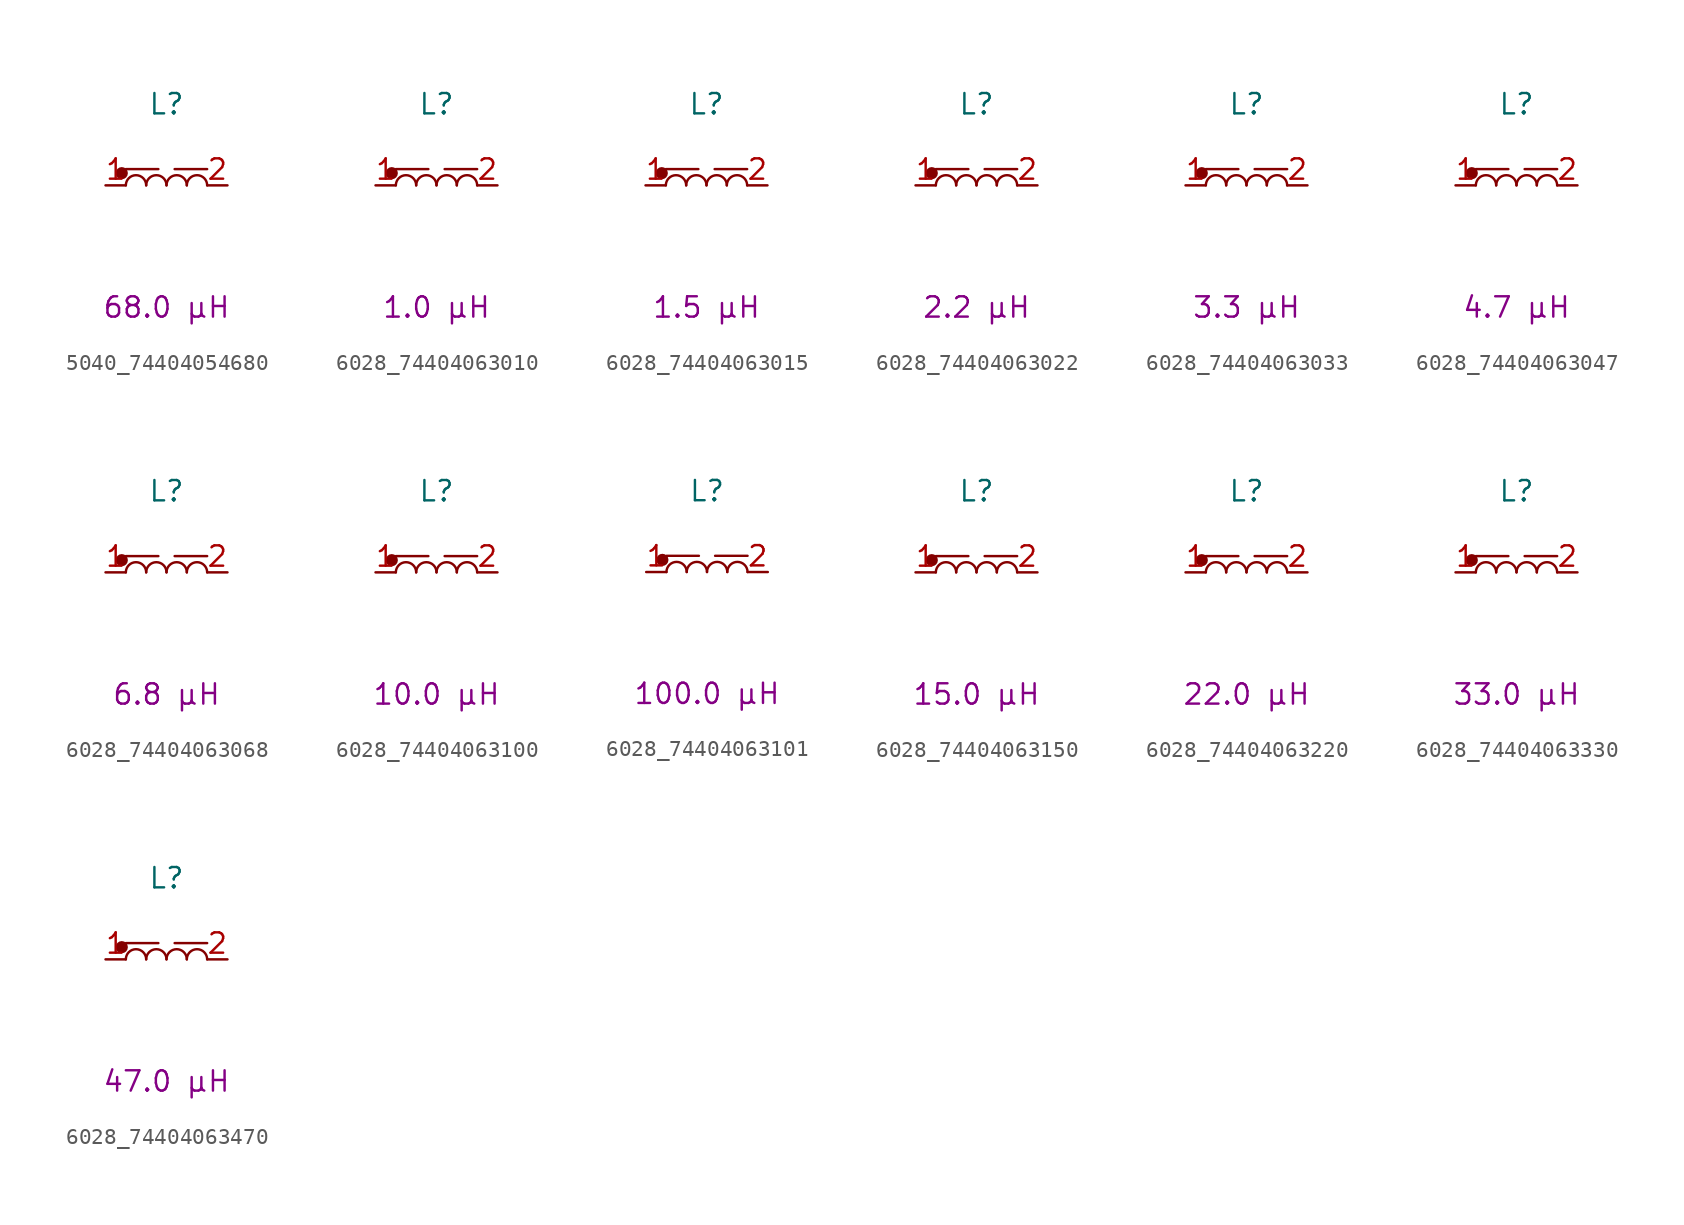
<source format=kicad_sym>
(kicad_symbol_lib
  (version 20220914)
  (generator kicad_symbol_editor)
  (symbol "5040_74404054680"
    (pin_names hide)
    (property "Reference" "L"
      (at 0 5.08 0)
      (effects (font (size 1.27 1.27))))
    (property "Critical Parameter" "68.0 µH"
      (at 0 -7.62 0)
      (effects (font (size 1.27 1.27))))
    (symbol "5040_74404054680_0_1"
      (arc (start -1.27 0) (mid -1.905 0.6323) (end -2.54 0) (stroke (width 0) (type default)) (fill (type none)))
      (arc (start 0 0) (mid -0.635 0.6323) (end -1.27 0) (stroke (width 0) (type default)) (fill (type none)))
      (polyline (pts (xy -2.54 1.016) (xy -0.508 1.016)) (stroke (width 0) (type default)) (fill (type none)))
      (arc (start 1.27 0) (mid 0.635 0.6323) (end 0 0) (stroke (width 0) (type default)) (fill (type none)))
      (arc (start 2.54 0) (mid 1.905 0.6323) (end 1.27 0) (stroke (width 0) (type default)) (fill (type none))))
    (symbol "5040_74404054680_1_1"
      (circle (center -2.794 0.762) (radius 0.0001) (stroke (width 0.381) (type default)) (fill (type none)))
      (polyline (pts (xy 2.54 1.016) (xy 0.508 1.016)) (stroke (width 0) (type default)) (fill (type none)))
      (pin passive line (at -3.81 0 0) (length 1.27) (name "1" (effects (font (size 1.27 1.27)))) (number "1" (effects (font (size 1.27 1.27)))))
      (pin passive line (at 3.81 0 180) (length 1.27) (name "2" (effects (font (size 1.27 1.27)))) (number "2" (effects (font (size 1.27 1.27)))))))
  (symbol "6028_74404063010"
    (pin_names hide)
    (property "Reference" "L"
      (at 0 5.08 0)
      (effects (font (size 1.27 1.27))))
    (property "Critical Parameter" "1.0 µH"
      (at 0 -7.62 0)
      (effects (font (size 1.27 1.27))))
    (symbol "6028_74404063010_0_1"
      (arc (start -1.27 0) (mid -1.905 0.6323) (end -2.54 0) (stroke (width 0) (type default)) (fill (type none)))
      (arc (start 0 0) (mid -0.635 0.6323) (end -1.27 0) (stroke (width 0) (type default)) (fill (type none)))
      (polyline (pts (xy -2.54 1.016) (xy -0.508 1.016)) (stroke (width 0) (type default)) (fill (type none)))
      (arc (start 1.27 0) (mid 0.635 0.6323) (end 0 0) (stroke (width 0) (type default)) (fill (type none)))
      (arc (start 2.54 0) (mid 1.905 0.6323) (end 1.27 0) (stroke (width 0) (type default)) (fill (type none))))
    (symbol "6028_74404063010_1_1"
      (circle (center -2.794 0.762) (radius 0.0001) (stroke (width 0.381) (type default)) (fill (type none)))
      (polyline (pts (xy 2.54 1.016) (xy 0.508 1.016)) (stroke (width 0) (type default)) (fill (type none)))
      (pin passive line (at -3.81 0 0) (length 1.27) (name "1" (effects (font (size 1.27 1.27)))) (number "1" (effects (font (size 1.27 1.27)))))
      (pin passive line (at 3.81 0 180) (length 1.27) (name "2" (effects (font (size 1.27 1.27)))) (number "2" (effects (font (size 1.27 1.27)))))))
  (symbol "6028_74404063015"
    (pin_names hide)
    (property "Reference" "L"
      (at 0 5.08 0)
      (effects (font (size 1.27 1.27))))
    (property "Critical Parameter" "1.5 µH"
      (at 0 -7.62 0)
      (effects (font (size 1.27 1.27))))
    (symbol "6028_74404063015_0_1"
      (arc (start -1.27 0) (mid -1.905 0.6323) (end -2.54 0) (stroke (width 0) (type default)) (fill (type none)))
      (arc (start 0 0) (mid -0.635 0.6323) (end -1.27 0) (stroke (width 0) (type default)) (fill (type none)))
      (polyline (pts (xy -2.54 1.016) (xy -0.508 1.016)) (stroke (width 0) (type default)) (fill (type none)))
      (arc (start 1.27 0) (mid 0.635 0.6323) (end 0 0) (stroke (width 0) (type default)) (fill (type none)))
      (arc (start 2.54 0) (mid 1.905 0.6323) (end 1.27 0) (stroke (width 0) (type default)) (fill (type none))))
    (symbol "6028_74404063015_1_1"
      (circle (center -2.794 0.762) (radius 0.0001) (stroke (width 0.381) (type default)) (fill (type none)))
      (polyline (pts (xy 2.54 1.016) (xy 0.508 1.016)) (stroke (width 0) (type default)) (fill (type none)))
      (pin passive line (at -3.81 0 0) (length 1.27) (name "1" (effects (font (size 1.27 1.27)))) (number "1" (effects (font (size 1.27 1.27)))))
      (pin passive line (at 3.81 0 180) (length 1.27) (name "2" (effects (font (size 1.27 1.27)))) (number "2" (effects (font (size 1.27 1.27)))))))
  (symbol "6028_74404063022"
    (pin_names hide)
    (property "Reference" "L"
      (at 0 5.08 0)
      (effects (font (size 1.27 1.27))))
    (property "Critical Parameter" "2.2 µH"
      (at 0 -7.62 0)
      (effects (font (size 1.27 1.27))))
    (symbol "6028_74404063022_0_1"
      (arc (start -1.27 0) (mid -1.905 0.6323) (end -2.54 0) (stroke (width 0) (type default)) (fill (type none)))
      (arc (start 0 0) (mid -0.635 0.6323) (end -1.27 0) (stroke (width 0) (type default)) (fill (type none)))
      (polyline (pts (xy -2.54 1.016) (xy -0.508 1.016)) (stroke (width 0) (type default)) (fill (type none)))
      (arc (start 1.27 0) (mid 0.635 0.6323) (end 0 0) (stroke (width 0) (type default)) (fill (type none)))
      (arc (start 2.54 0) (mid 1.905 0.6323) (end 1.27 0) (stroke (width 0) (type default)) (fill (type none))))
    (symbol "6028_74404063022_1_1"
      (circle (center -2.794 0.762) (radius 0.0001) (stroke (width 0.381) (type default)) (fill (type none)))
      (polyline (pts (xy 2.54 1.016) (xy 0.508 1.016)) (stroke (width 0) (type default)) (fill (type none)))
      (pin passive line (at -3.81 0 0) (length 1.27) (name "1" (effects (font (size 1.27 1.27)))) (number "1" (effects (font (size 1.27 1.27)))))
      (pin passive line (at 3.81 0 180) (length 1.27) (name "2" (effects (font (size 1.27 1.27)))) (number "2" (effects (font (size 1.27 1.27)))))))
  (symbol "6028_74404063033"
    (pin_names hide)
    (property "Reference" "L"
      (at 0 5.08 0)
      (effects (font (size 1.27 1.27))))
    (property "Critical Parameter" "3.3 µH"
      (at 0 -7.62 0)
      (effects (font (size 1.27 1.27))))
    (symbol "6028_74404063033_0_1"
      (arc (start -1.27 0) (mid -1.905 0.6323) (end -2.54 0) (stroke (width 0) (type default)) (fill (type none)))
      (arc (start 0 0) (mid -0.635 0.6323) (end -1.27 0) (stroke (width 0) (type default)) (fill (type none)))
      (polyline (pts (xy -2.54 1.016) (xy -0.508 1.016)) (stroke (width 0) (type default)) (fill (type none)))
      (arc (start 1.27 0) (mid 0.635 0.6323) (end 0 0) (stroke (width 0) (type default)) (fill (type none)))
      (arc (start 2.54 0) (mid 1.905 0.6323) (end 1.27 0) (stroke (width 0) (type default)) (fill (type none))))
    (symbol "6028_74404063033_1_1"
      (circle (center -2.794 0.762) (radius 0.0001) (stroke (width 0.381) (type default)) (fill (type none)))
      (polyline (pts (xy 2.54 1.016) (xy 0.508 1.016)) (stroke (width 0) (type default)) (fill (type none)))
      (pin passive line (at -3.81 0 0) (length 1.27) (name "1" (effects (font (size 1.27 1.27)))) (number "1" (effects (font (size 1.27 1.27)))))
      (pin passive line (at 3.81 0 180) (length 1.27) (name "2" (effects (font (size 1.27 1.27)))) (number "2" (effects (font (size 1.27 1.27)))))))
  (symbol "6028_74404063047"
    (pin_names hide)
    (property "Reference" "L"
      (at 0 5.08 0)
      (effects (font (size 1.27 1.27))))
    (property "Critical Parameter" "4.7 µH"
      (at 0 -7.62 0)
      (effects (font (size 1.27 1.27))))
    (symbol "6028_74404063047_0_1"
      (arc (start -1.27 0) (mid -1.905 0.6323) (end -2.54 0) (stroke (width 0) (type default)) (fill (type none)))
      (arc (start 0 0) (mid -0.635 0.6323) (end -1.27 0) (stroke (width 0) (type default)) (fill (type none)))
      (polyline (pts (xy -2.54 1.016) (xy -0.508 1.016)) (stroke (width 0) (type default)) (fill (type none)))
      (arc (start 1.27 0) (mid 0.635 0.6323) (end 0 0) (stroke (width 0) (type default)) (fill (type none)))
      (arc (start 2.54 0) (mid 1.905 0.6323) (end 1.27 0) (stroke (width 0) (type default)) (fill (type none))))
    (symbol "6028_74404063047_1_1"
      (circle (center -2.794 0.762) (radius 0.0001) (stroke (width 0.381) (type default)) (fill (type none)))
      (polyline (pts (xy 2.54 1.016) (xy 0.508 1.016)) (stroke (width 0) (type default)) (fill (type none)))
      (pin passive line (at -3.81 0 0) (length 1.27) (name "1" (effects (font (size 1.27 1.27)))) (number "1" (effects (font (size 1.27 1.27)))))
      (pin passive line (at 3.81 0 180) (length 1.27) (name "2" (effects (font (size 1.27 1.27)))) (number "2" (effects (font (size 1.27 1.27)))))))
  (symbol "6028_74404063068"
    (pin_names hide)
    (property "Reference" "L"
      (at 0 5.08 0)
      (effects (font (size 1.27 1.27))))
    (property "Critical Parameter" "6.8 µH"
      (at 0 -7.62 0)
      (effects (font (size 1.27 1.27))))
    (symbol "6028_74404063068_0_1"
      (arc (start -1.27 0) (mid -1.905 0.6323) (end -2.54 0) (stroke (width 0) (type default)) (fill (type none)))
      (arc (start 0 0) (mid -0.635 0.6323) (end -1.27 0) (stroke (width 0) (type default)) (fill (type none)))
      (polyline (pts (xy -2.54 1.016) (xy -0.508 1.016)) (stroke (width 0) (type default)) (fill (type none)))
      (arc (start 1.27 0) (mid 0.635 0.6323) (end 0 0) (stroke (width 0) (type default)) (fill (type none)))
      (arc (start 2.54 0) (mid 1.905 0.6323) (end 1.27 0) (stroke (width 0) (type default)) (fill (type none))))
    (symbol "6028_74404063068_1_1"
      (circle (center -2.794 0.762) (radius 0.0001) (stroke (width 0.381) (type default)) (fill (type none)))
      (polyline (pts (xy 2.54 1.016) (xy 0.508 1.016)) (stroke (width 0) (type default)) (fill (type none)))
      (pin passive line (at -3.81 0 0) (length 1.27) (name "1" (effects (font (size 1.27 1.27)))) (number "1" (effects (font (size 1.27 1.27)))))
      (pin passive line (at 3.81 0 180) (length 1.27) (name "2" (effects (font (size 1.27 1.27)))) (number "2" (effects (font (size 1.27 1.27)))))))
  (symbol "6028_74404063100"
    (pin_names hide)
    (property "Reference" "L"
      (at 0 5.08 0)
      (effects (font (size 1.27 1.27))))
    (property "Critical Parameter" "10.0 µH"
      (at 0 -7.62 0)
      (effects (font (size 1.27 1.27))))
    (symbol "6028_74404063100_0_1"
      (arc (start -1.27 0) (mid -1.905 0.6323) (end -2.54 0) (stroke (width 0) (type default)) (fill (type none)))
      (arc (start 0 0) (mid -0.635 0.6323) (end -1.27 0) (stroke (width 0) (type default)) (fill (type none)))
      (polyline (pts (xy -2.54 1.016) (xy -0.508 1.016)) (stroke (width 0) (type default)) (fill (type none)))
      (arc (start 1.27 0) (mid 0.635 0.6323) (end 0 0) (stroke (width 0) (type default)) (fill (type none)))
      (arc (start 2.54 0) (mid 1.905 0.6323) (end 1.27 0) (stroke (width 0) (type default)) (fill (type none))))
    (symbol "6028_74404063100_1_1"
      (circle (center -2.794 0.762) (radius 0.0001) (stroke (width 0.381) (type default)) (fill (type none)))
      (polyline (pts (xy 2.54 1.016) (xy 0.508 1.016)) (stroke (width 0) (type default)) (fill (type none)))
      (pin passive line (at -3.81 0 0) (length 1.27) (name "1" (effects (font (size 1.27 1.27)))) (number "1" (effects (font (size 1.27 1.27)))))
      (pin passive line (at 3.81 0 180) (length 1.27) (name "2" (effects (font (size 1.27 1.27)))) (number "2" (effects (font (size 1.27 1.27)))))))
  (symbol "6028_74404063101"
    (pin_names hide)
    (property "Reference" "L"
      (at 0 5.08 0)
      (effects (font (size 1.27 1.27))))
    (property "Critical Parameter" "100.0 µH"
      (at 0 -7.62 0)
      (effects (font (size 1.27 1.27))))
    (symbol "6028_74404063101_0_1"
      (arc (start -1.27 0) (mid -1.905 0.6323) (end -2.54 0) (stroke (width 0) (type default)) (fill (type none)))
      (arc (start 0 0) (mid -0.635 0.6323) (end -1.27 0) (stroke (width 0) (type default)) (fill (type none)))
      (polyline (pts (xy -2.54 1.016) (xy -0.508 1.016)) (stroke (width 0) (type default)) (fill (type none)))
      (arc (start 1.27 0) (mid 0.635 0.6323) (end 0 0) (stroke (width 0) (type default)) (fill (type none)))
      (arc (start 2.54 0) (mid 1.905 0.6323) (end 1.27 0) (stroke (width 0) (type default)) (fill (type none))))
    (symbol "6028_74404063101_1_1"
      (circle (center -2.794 0.762) (radius 0.0001) (stroke (width 0.381) (type default)) (fill (type none)))
      (polyline (pts (xy 2.54 1.016) (xy 0.508 1.016)) (stroke (width 0) (type default)) (fill (type none)))
      (pin passive line (at -3.81 0 0) (length 1.27) (name "1" (effects (font (size 1.27 1.27)))) (number "1" (effects (font (size 1.27 1.27)))))
      (pin passive line (at 3.81 0 180) (length 1.27) (name "2" (effects (font (size 1.27 1.27)))) (number "2" (effects (font (size 1.27 1.27)))))))
  (symbol "6028_74404063150"
    (pin_names hide)
    (property "Reference" "L"
      (at 0 5.08 0)
      (effects (font (size 1.27 1.27))))
    (property "Critical Parameter" "15.0 µH"
      (at 0 -7.62 0)
      (effects (font (size 1.27 1.27))))
    (symbol "6028_74404063150_0_1"
      (arc (start -1.27 0) (mid -1.905 0.6323) (end -2.54 0) (stroke (width 0) (type default)) (fill (type none)))
      (arc (start 0 0) (mid -0.635 0.6323) (end -1.27 0) (stroke (width 0) (type default)) (fill (type none)))
      (polyline (pts (xy -2.54 1.016) (xy -0.508 1.016)) (stroke (width 0) (type default)) (fill (type none)))
      (arc (start 1.27 0) (mid 0.635 0.6323) (end 0 0) (stroke (width 0) (type default)) (fill (type none)))
      (arc (start 2.54 0) (mid 1.905 0.6323) (end 1.27 0) (stroke (width 0) (type default)) (fill (type none))))
    (symbol "6028_74404063150_1_1"
      (circle (center -2.794 0.762) (radius 0.0001) (stroke (width 0.381) (type default)) (fill (type none)))
      (polyline (pts (xy 2.54 1.016) (xy 0.508 1.016)) (stroke (width 0) (type default)) (fill (type none)))
      (pin passive line (at -3.81 0 0) (length 1.27) (name "1" (effects (font (size 1.27 1.27)))) (number "1" (effects (font (size 1.27 1.27)))))
      (pin passive line (at 3.81 0 180) (length 1.27) (name "2" (effects (font (size 1.27 1.27)))) (number "2" (effects (font (size 1.27 1.27)))))))
  (symbol "6028_74404063220"
    (pin_names hide)
    (property "Reference" "L"
      (at 0 5.08 0)
      (effects (font (size 1.27 1.27))))
    (property "Critical Parameter" "22.0 µH"
      (at 0 -7.62 0)
      (effects (font (size 1.27 1.27))))
    (symbol "6028_74404063220_0_1"
      (arc (start -1.27 0) (mid -1.905 0.6323) (end -2.54 0) (stroke (width 0) (type default)) (fill (type none)))
      (arc (start 0 0) (mid -0.635 0.6323) (end -1.27 0) (stroke (width 0) (type default)) (fill (type none)))
      (polyline (pts (xy -2.54 1.016) (xy -0.508 1.016)) (stroke (width 0) (type default)) (fill (type none)))
      (arc (start 1.27 0) (mid 0.635 0.6323) (end 0 0) (stroke (width 0) (type default)) (fill (type none)))
      (arc (start 2.54 0) (mid 1.905 0.6323) (end 1.27 0) (stroke (width 0) (type default)) (fill (type none))))
    (symbol "6028_74404063220_1_1"
      (circle (center -2.794 0.762) (radius 0.0001) (stroke (width 0.381) (type default)) (fill (type none)))
      (polyline (pts (xy 2.54 1.016) (xy 0.508 1.016)) (stroke (width 0) (type default)) (fill (type none)))
      (pin passive line (at -3.81 0 0) (length 1.27) (name "1" (effects (font (size 1.27 1.27)))) (number "1" (effects (font (size 1.27 1.27)))))
      (pin passive line (at 3.81 0 180) (length 1.27) (name "2" (effects (font (size 1.27 1.27)))) (number "2" (effects (font (size 1.27 1.27)))))))
  (symbol "6028_74404063330"
    (pin_names hide)
    (property "Reference" "L"
      (at 0 5.08 0)
      (effects (font (size 1.27 1.27))))
    (property "Critical Parameter" "33.0 µH"
      (at 0 -7.62 0)
      (effects (font (size 1.27 1.27))))
    (symbol "6028_74404063330_0_1"
      (arc (start -1.27 0) (mid -1.905 0.6323) (end -2.54 0) (stroke (width 0) (type default)) (fill (type none)))
      (arc (start 0 0) (mid -0.635 0.6323) (end -1.27 0) (stroke (width 0) (type default)) (fill (type none)))
      (polyline (pts (xy -2.54 1.016) (xy -0.508 1.016)) (stroke (width 0) (type default)) (fill (type none)))
      (arc (start 1.27 0) (mid 0.635 0.6323) (end 0 0) (stroke (width 0) (type default)) (fill (type none)))
      (arc (start 2.54 0) (mid 1.905 0.6323) (end 1.27 0) (stroke (width 0) (type default)) (fill (type none))))
    (symbol "6028_74404063330_1_1"
      (circle (center -2.794 0.762) (radius 0.0001) (stroke (width 0.381) (type default)) (fill (type none)))
      (polyline (pts (xy 2.54 1.016) (xy 0.508 1.016)) (stroke (width 0) (type default)) (fill (type none)))
      (pin passive line (at -3.81 0 0) (length 1.27) (name "1" (effects (font (size 1.27 1.27)))) (number "1" (effects (font (size 1.27 1.27)))))
      (pin passive line (at 3.81 0 180) (length 1.27) (name "2" (effects (font (size 1.27 1.27)))) (number "2" (effects (font (size 1.27 1.27)))))))
  (symbol "6028_74404063470"
    (pin_names hide)
    (property "Reference" "L"
      (at 0 5.08 0)
      (effects (font (size 1.27 1.27))))
    (property "Critical Parameter" "47.0 µH"
      (at 0 -7.62 0)
      (effects (font (size 1.27 1.27))))
    (symbol "6028_74404063470_0_1"
      (arc (start -1.27 0) (mid -1.905 0.6323) (end -2.54 0) (stroke (width 0) (type default)) (fill (type none)))
      (arc (start 0 0) (mid -0.635 0.6323) (end -1.27 0) (stroke (width 0) (type default)) (fill (type none)))
      (polyline (pts (xy -2.54 1.016) (xy -0.508 1.016)) (stroke (width 0) (type default)) (fill (type none)))
      (arc (start 1.27 0) (mid 0.635 0.6323) (end 0 0) (stroke (width 0) (type default)) (fill (type none)))
      (arc (start 2.54 0) (mid 1.905 0.6323) (end 1.27 0) (stroke (width 0) (type default)) (fill (type none))))
    (symbol "6028_74404063470_1_1"
      (circle (center -2.794 0.762) (radius 0.0001) (stroke (width 0.381) (type default)) (fill (type none)))
      (polyline (pts (xy 2.54 1.016) (xy 0.508 1.016)) (stroke (width 0) (type default)) (fill (type none)))
      (pin passive line (at -3.81 0 0) (length 1.27) (name "1" (effects (font (size 1.27 1.27)))) (number "1" (effects (font (size 1.27 1.27)))))
      (pin passive line (at 3.81 0 180) (length 1.27) (name "2" (effects (font (size 1.27 1.27)))) (number "2" (effects (font (size 1.27 1.27))))))))
</source>
